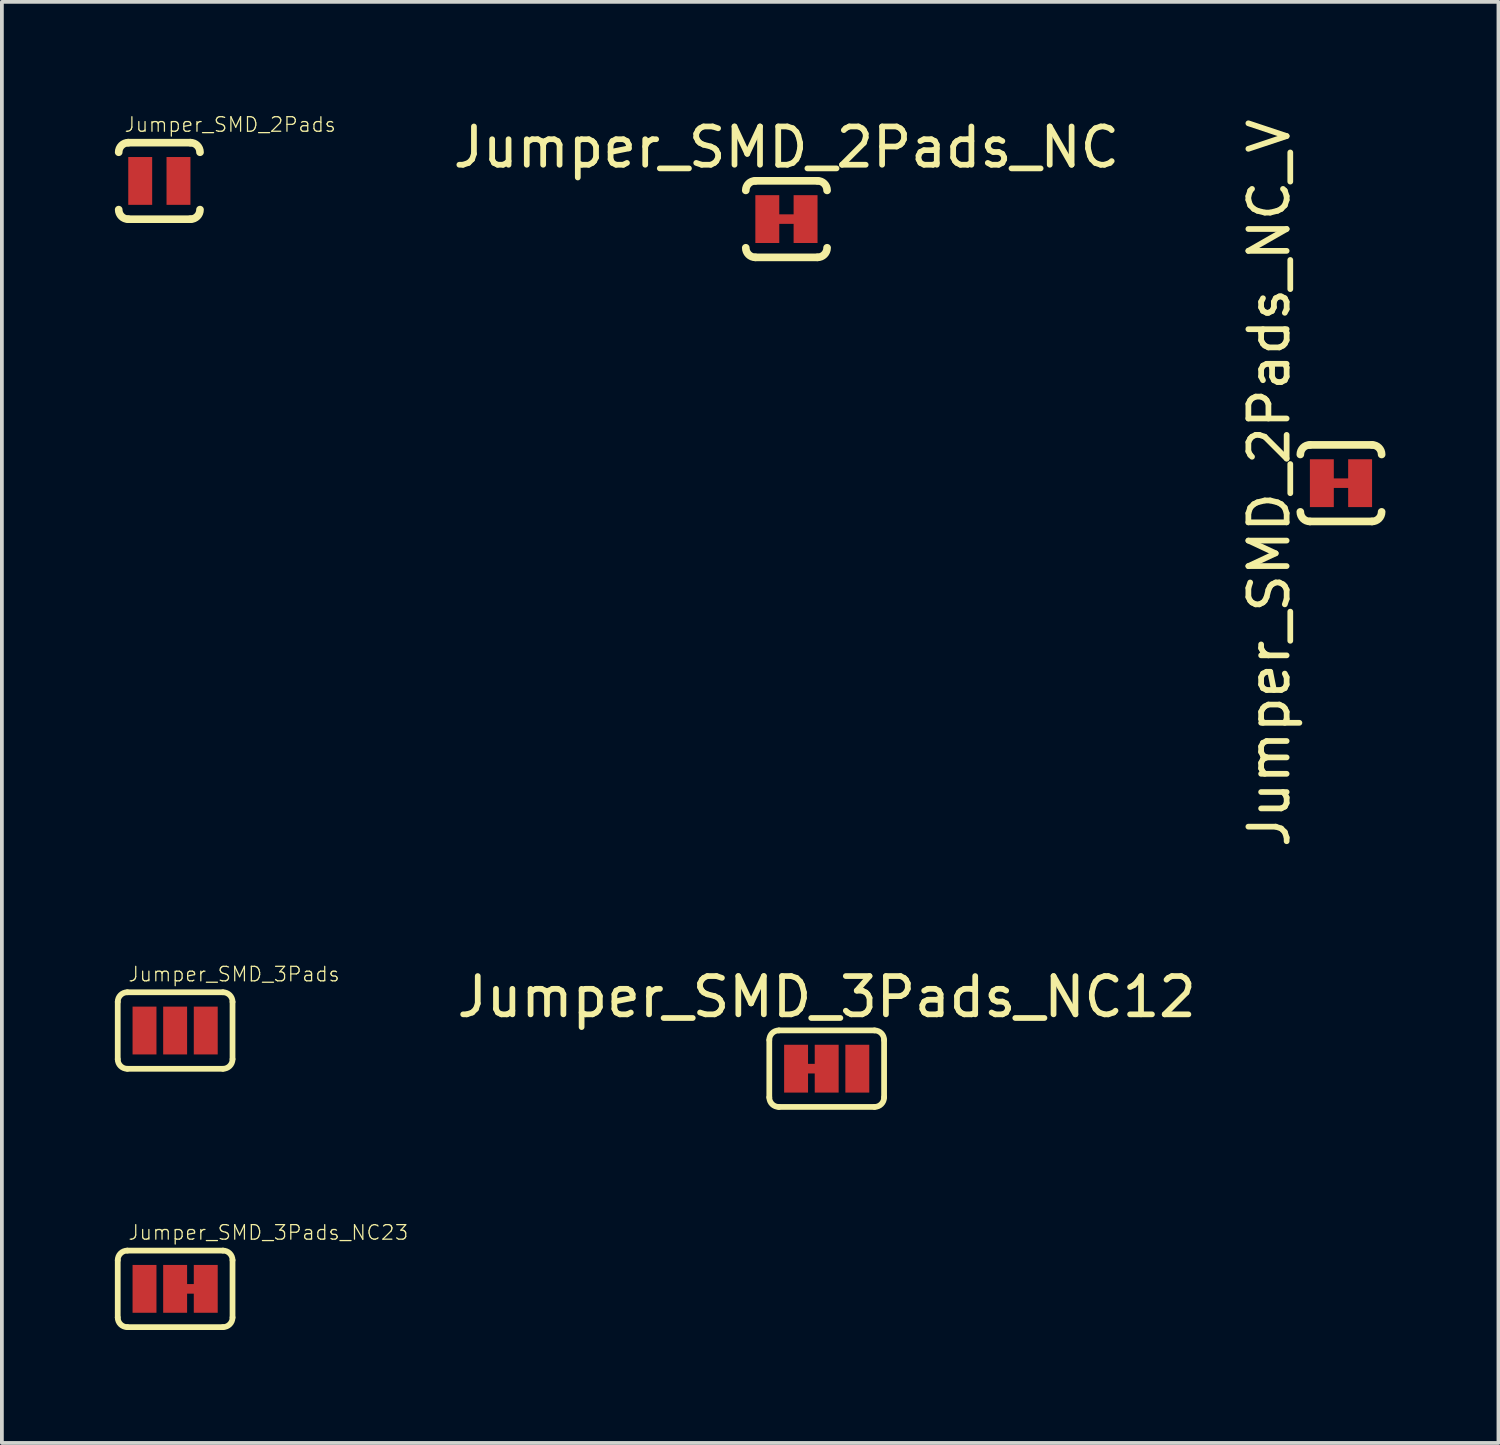
<source format=kicad_pcb>
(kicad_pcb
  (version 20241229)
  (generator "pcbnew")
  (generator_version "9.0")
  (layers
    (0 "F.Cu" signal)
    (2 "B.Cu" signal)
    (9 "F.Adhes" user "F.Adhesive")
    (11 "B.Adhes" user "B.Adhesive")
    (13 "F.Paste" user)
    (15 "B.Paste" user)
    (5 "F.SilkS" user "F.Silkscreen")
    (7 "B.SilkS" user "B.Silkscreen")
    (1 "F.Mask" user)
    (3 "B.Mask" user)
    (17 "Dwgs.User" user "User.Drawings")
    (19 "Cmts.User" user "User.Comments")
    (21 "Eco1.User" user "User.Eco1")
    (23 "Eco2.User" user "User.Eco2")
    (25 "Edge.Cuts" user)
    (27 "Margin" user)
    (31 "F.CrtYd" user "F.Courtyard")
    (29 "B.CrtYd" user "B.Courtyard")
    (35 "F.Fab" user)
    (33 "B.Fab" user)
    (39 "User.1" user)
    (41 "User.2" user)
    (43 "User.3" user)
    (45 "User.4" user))
  (footprint "Jumper_SMD_3Pads"
    (layer "F.Cu")
    (at 1.6 24.312)
    (property "Reference" "Jumper_SMD_3Pads" (at -1.27 -1.27 0) (layer "F.SilkS") (effects (font (size 0.386 0.386) (thickness 0.033)) (justify left bottom)))
    (attr through_hole)
    (fp_line (start -1.524 0.762) (end -1.524 -0.762) (stroke (width 0.152) (type solid)) (layer "F.SilkS"))
    (fp_line (start -1.27 -1.016) (end 1.27 -1.016) (stroke (width 0.152) (type solid)) (layer "F.SilkS"))
    (fp_line (start 1.27 1.016) (end -1.27 1.016) (stroke (width 0.152) (type solid)) (layer "F.SilkS"))
    (fp_line (start 1.524 0.762) (end 1.524 -0.762) (stroke (width 0.152) (type solid)) (layer "F.SilkS"))
    (fp_arc (start -1.524 -0.762) (mid -1.449605 -0.941605) (end -1.27 -1.016) (stroke (width 0.1524) (type solid)) (layer "F.SilkS"))
    (fp_arc (start -1.27 1.016) (mid -1.449605 0.941605) (end -1.524 0.762) (stroke (width 0.1524) (type solid)) (layer "F.SilkS"))
    (fp_arc (start 1.27 -1.016) (mid 1.449605 -0.941605) (end 1.524 -0.762) (stroke (width 0.1524) (type solid)) (layer "F.SilkS"))
    (fp_arc (start 1.524 0.762) (mid 1.449605 0.941605) (end 1.27 1.016) (stroke (width 0.1524) (type solid)) (layer "F.SilkS"))
    (pad "1" smd rect (at -0.813 0) (size 0.635 1.27) (layers "F.Cu" "F.Mask" "F.Paste"))
    (pad "2" smd rect (at 0 0) (size 0.635 1.27) (layers "F.Cu" "F.Mask" "F.Paste"))
    (pad "3" smd rect (at 0.813 0) (size 0.635 1.27) (layers "F.Cu" "F.Mask" "F.Paste")))
  (footprint "Jumper_SMD_2Pads"
    (layer "F.Cu")
    (at 1.181 1.754)
    (property "Reference" "Jumper_SMD_2Pads" (at -0.953 -1.27 0) (layer "F.SilkS") (effects (font (size 0.386 0.386) (thickness 0.033)) (justify left bottom)))
    (attr through_hole)
    (fp_line (start -0.826 -1.016) (end 0.826 -1.016) (stroke (width 0.203) (type solid)) (layer "F.SilkS"))
    (fp_line (start 0.826 1.016) (end -0.826 1.016) (stroke (width 0.203) (type solid)) (layer "F.SilkS"))
    (fp_arc (start -1.0795 -0.762) (mid -1.005105 -0.941605) (end -0.8255 -1.016) (stroke (width 0.2032) (type solid)) (layer "F.SilkS"))
    (fp_arc (start -0.8255 1.016) (mid -1.005105 0.941605) (end -1.0795 0.762) (stroke (width 0.2032) (type solid)) (layer "F.SilkS"))
    (fp_arc (start 0.8255 -1.016) (mid 1.005105 -0.941605) (end 1.0795 -0.762) (stroke (width 0.2032) (type solid)) (layer "F.SilkS"))
    (fp_arc (start 1.0795 0.762) (mid 1.005105 0.941605) (end 0.8255 1.016) (stroke (width 0.2032) (type solid)) (layer "F.SilkS"))
    (pad "1" smd rect (at -0.508 0) (size 0.635 1.27) (layers "F.Cu" "F.Mask" "F.Paste"))
    (pad "2" smd rect (at 0.508 0) (size 0.635 1.27) (layers "F.Cu" "F.Mask" "F.Paste")))
  (footprint "Jumper_SMD_2Pads_NC"
    (layer "F.Cu")
    (at 17.831 2.767)
    (property "Reference" "Jumper_SMD_2Pads_NC" (at 0 -1.905 180) (layer "F.SilkS") (effects (font (size 1.016 1.016) (thickness 0.152))))
    (attr through_hole)
    (fp_line (start -0.508 0) (end 0.508 0) (stroke (width 0.254) (type solid)) (layer "F.Cu"))
    (fp_line (start -0.826 -1.016) (end 0.826 -1.016) (stroke (width 0.203) (type solid)) (layer "F.SilkS"))
    (fp_line (start 0.826 1.016) (end -0.826 1.016) (stroke (width 0.203) (type solid)) (layer "F.SilkS"))
    (fp_arc (start -1.0795 -0.762) (mid -1.005105 -0.941605) (end -0.8255 -1.016) (stroke (width 0.2032) (type solid)) (layer "F.SilkS"))
    (fp_arc (start -0.8255 1.016) (mid -1.005105 0.941605) (end -1.0795 0.762) (stroke (width 0.2032) (type solid)) (layer "F.SilkS"))
    (fp_arc (start 0.8255 -1.016) (mid 1.005105 -0.941605) (end 1.0795 -0.762) (stroke (width 0.2032) (type solid)) (layer "F.SilkS"))
    (fp_arc (start 1.0795 0.762) (mid 1.005105 0.941605) (end 0.8255 1.016) (stroke (width 0.2032) (type solid)) (layer "F.SilkS"))
    (pad "1" smd rect (at -0.508 0) (size 0.635 1.27) (layers "F.Cu" "F.Mask" "F.Paste"))
    (pad "2" smd rect (at 0.508 0) (size 0.635 1.27) (layers "F.Cu" "F.Mask" "F.Paste")))
  (footprint "Jumper_SMD_3Pads_NC23"
    (layer "F.Cu")
    (at 1.6 31.171)
    (property "Reference" "Jumper_SMD_3Pads_NC23" (at -1.27 -1.27 0) (layer "F.SilkS") (effects (font (size 0.386 0.386) (thickness 0.033)) (justify left bottom)))
    (attr through_hole)
    (fp_line (start 0 0) (end 0.813 0) (stroke (width 0.254) (type solid)) (layer "F.Cu"))
    (fp_line (start -1.524 0.762) (end -1.524 -0.762) (stroke (width 0.152) (type solid)) (layer "F.SilkS"))
    (fp_line (start -1.27 -1.016) (end 1.27 -1.016) (stroke (width 0.152) (type solid)) (layer "F.SilkS"))
    (fp_line (start 1.27 1.016) (end -1.27 1.016) (stroke (width 0.152) (type solid)) (layer "F.SilkS"))
    (fp_line (start 1.524 0.762) (end 1.524 -0.762) (stroke (width 0.152) (type solid)) (layer "F.SilkS"))
    (fp_arc (start -1.524 -0.762) (mid -1.449605 -0.941605) (end -1.27 -1.016) (stroke (width 0.1524) (type solid)) (layer "F.SilkS"))
    (fp_arc (start -1.27 1.016) (mid -1.449605 0.941605) (end -1.524 0.762) (stroke (width 0.1524) (type solid)) (layer "F.SilkS"))
    (fp_arc (start 1.27 -1.016) (mid 1.449605 -0.941605) (end 1.524 -0.762) (stroke (width 0.1524) (type solid)) (layer "F.SilkS"))
    (fp_arc (start 1.524 0.762) (mid 1.449605 0.941605) (end 1.27 1.016) (stroke (width 0.1524) (type solid)) (layer "F.SilkS"))
    (pad "1" smd rect (at -0.813 0) (size 0.635 1.27) (layers "F.Cu" "F.Mask" "F.Paste"))
    (pad "2" smd rect (at 0 0) (size 0.635 1.27) (layers "F.Cu" "F.Mask" "F.Paste"))
    (pad "3" smd rect (at 0.813 0) (size 0.635 1.27) (layers "F.Cu" "F.Mask" "F.Paste")))
  (footprint "Jumper_SMD_2Pads_NC_V"
    (layer "F.Cu")
    (at 32.555 9.779)
    (property "Reference" "Jumper_SMD_2Pads_NC_V" (at -1.905 0 270) (layer "F.SilkS") (effects (font (size 1.016 1.016) (thickness 0.152))))
    (attr through_hole)
    (fp_line (start -0.508 0) (end 0.508 0) (stroke (width 0.254) (type solid)) (layer "F.Cu"))
    (fp_line (start -0.826 -1.016) (end 0.826 -1.016) (stroke (width 0.203) (type solid)) (layer "F.SilkS"))
    (fp_line (start 0.826 1.016) (end -0.826 1.016) (stroke (width 0.203) (type solid)) (layer "F.SilkS"))
    (fp_arc (start -1.0795 -0.762) (mid -1.005105 -0.941605) (end -0.8255 -1.016) (stroke (width 0.2032) (type solid)) (layer "F.SilkS"))
    (fp_arc (start -0.8255 1.016) (mid -1.005105 0.941605) (end -1.0795 0.762) (stroke (width 0.2032) (type solid)) (layer "F.SilkS"))
    (fp_arc (start 0.8255 -1.016) (mid 1.005105 -0.941605) (end 1.0795 -0.762) (stroke (width 0.2032) (type solid)) (layer "F.SilkS"))
    (fp_arc (start 1.0795 0.762) (mid 1.005105 0.941605) (end 0.8255 1.016) (stroke (width 0.2032) (type solid)) (layer "F.SilkS"))
    (pad "1" smd rect (at -0.508 0) (size 0.635 1.27) (layers "F.Cu" "F.Mask" "F.Paste"))
    (pad "2" smd rect (at 0.508 0) (size 0.635 1.27) (layers "F.Cu" "F.Mask" "F.Paste")))
  (footprint "Jumper_SMD_3Pads_NC12"
    (layer "F.Cu")
    (at 18.9 25.325)
    (property "Reference" "Jumper_SMD_3Pads_NC12" (at 0 -1.905 0) (layer "F.SilkS") (effects (font (size 1.016 1.016) (thickness 0.152))))
    (attr through_hole)
    (fp_line (start -0.813 0) (end 0 0) (stroke (width 0.254) (type solid)) (layer "F.Cu"))
    (fp_line (start -1.524 0.762) (end -1.524 -0.762) (stroke (width 0.152) (type solid)) (layer "F.SilkS"))
    (fp_line (start -1.27 -1.016) (end 1.27 -1.016) (stroke (width 0.152) (type solid)) (layer "F.SilkS"))
    (fp_line (start 1.27 1.016) (end -1.27 1.016) (stroke (width 0.152) (type solid)) (layer "F.SilkS"))
    (fp_line (start 1.524 0.762) (end 1.524 -0.762) (stroke (width 0.152) (type solid)) (layer "F.SilkS"))
    (fp_arc (start -1.524 -0.762) (mid -1.449605 -0.941605) (end -1.27 -1.016) (stroke (width 0.1524) (type solid)) (layer "F.SilkS"))
    (fp_arc (start -1.27 1.016) (mid -1.449605 0.941605) (end -1.524 0.762) (stroke (width 0.1524) (type solid)) (layer "F.SilkS"))
    (fp_arc (start 1.27 -1.016) (mid 1.449605 -0.941605) (end 1.524 -0.762) (stroke (width 0.1524) (type solid)) (layer "F.SilkS"))
    (fp_arc (start 1.524 0.762) (mid 1.449605 0.941605) (end 1.27 1.016) (stroke (width 0.1524) (type solid)) (layer "F.SilkS"))
    (pad "1" smd rect (at -0.813 0) (size 0.635 1.27) (layers "F.Cu" "F.Mask" "F.Paste"))
    (pad "2" smd rect (at 0 0) (size 0.635 1.27) (layers "F.Cu" "F.Mask" "F.Paste"))
    (pad "3" smd rect (at 0.813 0) (size 0.635 1.27) (layers "F.Cu" "F.Mask" "F.Paste")))
  (gr_rect
    (start -3 -3)
    (end 36.736 35.263)
    (stroke (width 0.1) (type default))
    (fill no)
    (layer "Edge.Cuts")))
</source>
